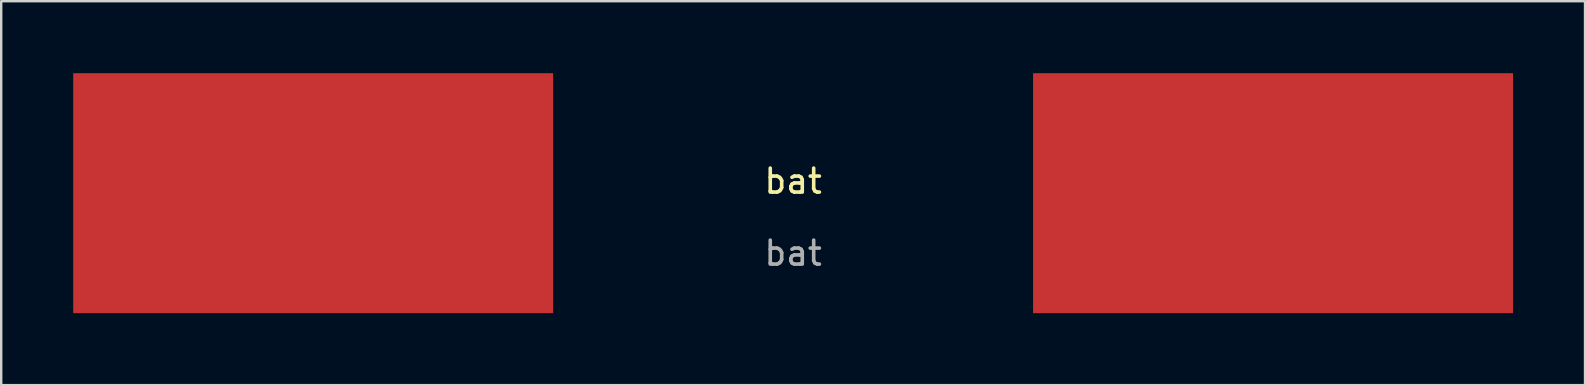
<source format=kicad_pcb>
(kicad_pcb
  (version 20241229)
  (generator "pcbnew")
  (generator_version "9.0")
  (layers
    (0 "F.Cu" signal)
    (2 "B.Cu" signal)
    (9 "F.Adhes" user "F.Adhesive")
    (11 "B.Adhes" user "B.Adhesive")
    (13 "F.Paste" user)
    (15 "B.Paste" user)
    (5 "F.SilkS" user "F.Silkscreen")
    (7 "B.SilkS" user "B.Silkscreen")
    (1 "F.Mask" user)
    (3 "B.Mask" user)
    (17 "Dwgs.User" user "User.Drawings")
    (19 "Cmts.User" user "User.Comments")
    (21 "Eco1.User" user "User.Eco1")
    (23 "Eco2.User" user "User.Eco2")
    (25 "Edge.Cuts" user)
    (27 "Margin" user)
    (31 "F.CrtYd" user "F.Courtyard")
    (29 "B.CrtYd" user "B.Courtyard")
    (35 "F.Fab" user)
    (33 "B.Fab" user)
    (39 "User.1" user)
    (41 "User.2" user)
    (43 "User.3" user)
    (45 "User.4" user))
  (footprint "bat"
    (layer "F.Cu")
    (at 30 5)
    (property "Reference" "bat" (at 0 -0.5 0) (unlocked yes) (layer "F.SilkS") (effects (font (size 1 1) (thickness 0.15))))
    (fp_text user "${REFERENCE}" (at 0 2.5 0) (unlocked yes) (layer "F.Fab") (effects (font (size 1 1) (thickness 0.15))))
    (pad "1" smd rect (at 20 0) (size 20 10) (layers "F.Cu" "F.Mask" "F.Paste"))
    (pad "2" smd rect (at -20 0) (size 20 10) (layers "F.Cu" "F.Mask" "F.Paste")))
  (gr_rect
    (start -3 -3)
    (end 63 13)
    (stroke (width 0.1) (type default))
    (fill no)
    (layer "Edge.Cuts")))
</source>
